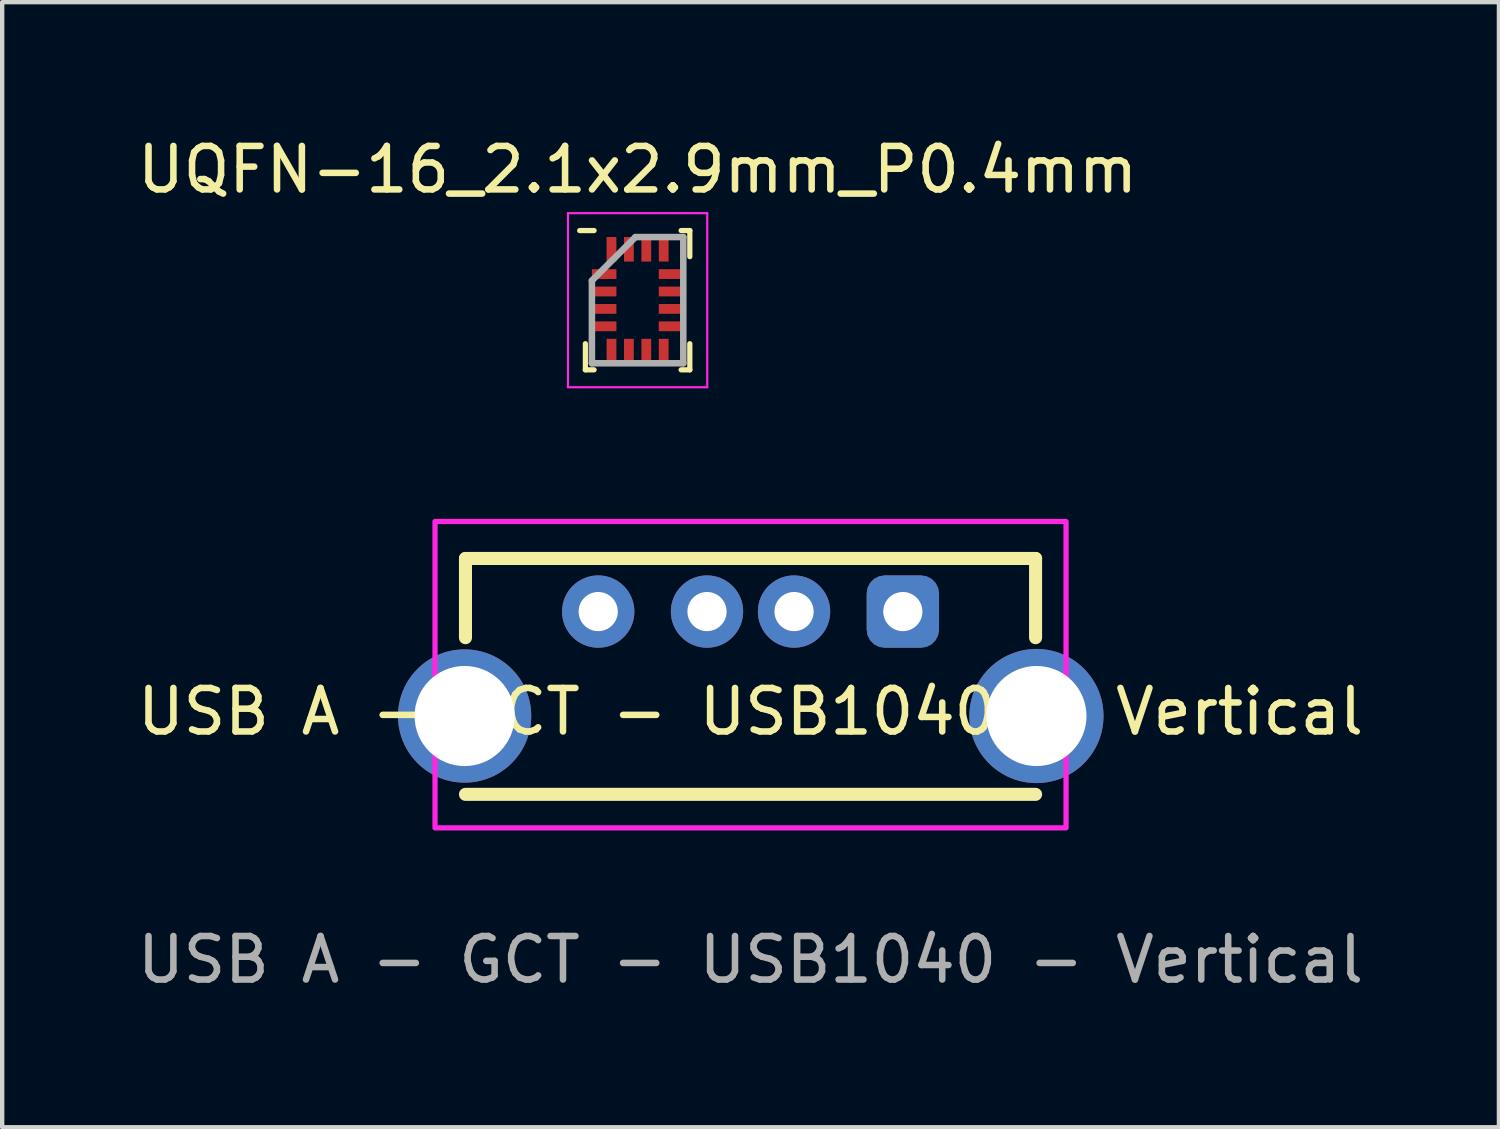
<source format=kicad_pcb>
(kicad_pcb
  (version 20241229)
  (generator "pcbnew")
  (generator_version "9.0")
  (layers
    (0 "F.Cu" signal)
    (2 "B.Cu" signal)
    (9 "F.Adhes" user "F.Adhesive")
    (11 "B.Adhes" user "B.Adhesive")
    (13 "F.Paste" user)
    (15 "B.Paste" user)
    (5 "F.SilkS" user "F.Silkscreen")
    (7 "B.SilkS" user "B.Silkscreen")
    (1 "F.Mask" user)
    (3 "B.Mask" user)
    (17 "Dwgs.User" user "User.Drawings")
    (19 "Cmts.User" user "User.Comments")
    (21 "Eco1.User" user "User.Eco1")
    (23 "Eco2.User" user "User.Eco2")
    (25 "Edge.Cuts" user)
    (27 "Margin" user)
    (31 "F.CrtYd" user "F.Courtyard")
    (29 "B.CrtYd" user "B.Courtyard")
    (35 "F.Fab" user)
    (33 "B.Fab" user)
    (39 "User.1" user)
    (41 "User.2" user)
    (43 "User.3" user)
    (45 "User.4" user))
  (footprint "UQFN-16_2.1x2.9mm_P0.4mm"
    (layer "F.Cu")
    (at 11.601 3.848)
    (property "Reference" "UQFN-16_2.1x2.9mm_P0.4mm" (at 0 -3 0) (layer "F.SilkS") (effects (font (size 1 1) (thickness 0.15))))
    (attr smd)
    (fp_line (start -1.2 1.6) (end -1.2 1) (stroke (width 0.12) (type default)) (layer "F.SilkS"))
    (fp_line (start -1 -1.6) (end -1.331 -1.6) (stroke (width 0.12) (type default)) (layer "F.SilkS"))
    (fp_line (start -1 1.6) (end -1.2 1.6) (stroke (width 0.12) (type default)) (layer "F.SilkS"))
    (fp_line (start 1 -1.6) (end 1.2 -1.6) (stroke (width 0.12) (type default)) (layer "F.SilkS"))
    (fp_line (start 1 1.6) (end 1.2 1.6) (stroke (width 0.12) (type default)) (layer "F.SilkS"))
    (fp_line (start 1.2 -1.6) (end 1.2 -1) (stroke (width 0.12) (type default)) (layer "F.SilkS"))
    (fp_line (start 1.2 1.6) (end 1.2 1) (stroke (width 0.12) (type default)) (layer "F.SilkS"))
    (fp_line (start -1.6 -2) (end 1.6 -2) (stroke (width 0.05) (type default)) (layer "F.CrtYd"))
    (fp_line (start -1.6 2) (end -1.6 -2) (stroke (width 0.05) (type default)) (layer "F.CrtYd"))
    (fp_line (start 1.6 -2) (end 1.6 2) (stroke (width 0.05) (type default)) (layer "F.CrtYd"))
    (fp_line (start 1.6 2) (end -1.6 2) (stroke (width 0.05) (type default)) (layer "F.CrtYd"))
    (fp_line (start -1.05 -0.45) (end -1.05 1.45) (stroke (width 0.15) (type default)) (layer "F.Fab"))
    (fp_line (start -1.05 1.45) (end 1.05 1.45) (stroke (width 0.15) (type default)) (layer "F.Fab"))
    (fp_line (start -0.05 -1.45) (end -1.05 -0.45) (stroke (width 0.15) (type default)) (layer "F.Fab"))
    (fp_line (start 1.05 -1.45) (end -0.05 -1.45) (stroke (width 0.15) (type default)) (layer "F.Fab"))
    (fp_line (start 1.05 1.45) (end 1.05 -1.45) (stroke (width 0.15) (type default)) (layer "F.Fab"))
    (pad "1" smd rect (at -0.768 -0.6 90) (size 0.225 0.563) (layers "F.Cu" "F.Mask" "F.Paste"))
    (pad "2" smd rect (at -0.768 -0.2 90) (size 0.225 0.563) (layers "F.Cu" "F.Mask" "F.Paste"))
    (pad "3" smd rect (at -0.768 0.2 90) (size 0.225 0.563) (layers "F.Cu" "F.Mask" "F.Paste"))
    (pad "4" smd rect (at -0.768 0.6 90) (size 0.225 0.563) (layers "F.Cu" "F.Mask" "F.Paste"))
    (pad "5" smd rect (at -0.6 1.169) (size 0.225 0.563) (layers "F.Cu" "F.Mask" "F.Paste"))
    (pad "6" smd rect (at -0.2 1.169) (size 0.225 0.563) (layers "F.Cu" "F.Mask" "F.Paste"))
    (pad "7" smd rect (at 0.2 1.169) (size 0.225 0.563) (layers "F.Cu" "F.Mask" "F.Paste"))
    (pad "8" smd rect (at 0.6 1.169) (size 0.225 0.563) (layers "F.Cu" "F.Mask" "F.Paste"))
    (pad "9" smd rect (at 0.768 0.6 90) (size 0.225 0.563) (layers "F.Cu" "F.Mask" "F.Paste"))
    (pad "10" smd rect (at 0.768 0.2 90) (size 0.225 0.563) (layers "F.Cu" "F.Mask" "F.Paste"))
    (pad "11" smd rect (at 0.768 -0.2 90) (size 0.225 0.563) (layers "F.Cu" "F.Mask" "F.Paste"))
    (pad "12" smd rect (at 0.768 -0.6 90) (size 0.225 0.563) (layers "F.Cu" "F.Mask" "F.Paste"))
    (pad "13" smd rect (at 0.6 -1.169) (size 0.225 0.563) (layers "F.Cu" "F.Mask" "F.Paste"))
    (pad "14" smd rect (at 0.2 -1.169) (size 0.225 0.563) (layers "F.Cu" "F.Mask" "F.Paste"))
    (pad "15" smd rect (at -0.2 -1.169) (size 0.225 0.563) (layers "F.Cu" "F.Mask" "F.Paste"))
    (pad "16" smd rect (at -0.6 -1.169) (size 0.225 0.563) (layers "F.Cu" "F.Mask" "F.Paste")))
  (footprint "USB A - GCT - USB1040 - Vertical"
    (layer "F.Cu")
    (at 14.196 11.003)
    (property "Reference" "USB A - GCT - USB1040 - Vertical" (at 0 2.3 0) (unlocked yes) (layer "F.SilkS") (effects (font (size 1 1) (thickness 0.15))))
    (attr through_hole)
    (fp_line (start -6.55 -1.22) (end 6.55 -1.22) (stroke (width 0.3) (type default)) (layer "F.SilkS"))
    (fp_line (start -6.55 0.6) (end -6.55 -1.22) (stroke (width 0.3) (type default)) (layer "F.SilkS"))
    (fp_line (start 6.55 -1.22) (end 6.55 0.6) (stroke (width 0.3) (type default)) (layer "F.SilkS"))
    (fp_line (start 6.55 4.2) (end -6.55 4.2) (stroke (width 0.3) (type default)) (layer "F.SilkS"))
    (fp_rect (start -7.25 -2.07) (end 7.25 4.97) (stroke (width 0.12) (type default)) (fill no) (layer "F.CrtYd"))
    (fp_text user "${REFERENCE}" (at 0 8 0) (unlocked yes) (layer "F.Fab") (effects (font (size 1 1) (thickness 0.15))))
    (pad "1" thru_hole circle (at -3.5 0) (size 1.662 1.662) (drill 0.9) (layers "*.Cu" "*.Mask"))
    (pad "2" thru_hole circle (at -1 0) (size 1.662 1.662) (drill 0.9) (layers "*.Cu" "*.Mask"))
    (pad "3" thru_hole circle (at 1 0) (size 1.662 1.662) (drill 0.9) (layers "*.Cu" "*.Mask"))
    (pad "4" thru_hole roundrect (at 3.5 0) (size 1.662 1.662) (drill 0.9) (layers "*.Cu" "*.Mask") (roundrect_rratio 0.25))
    (pad "5" thru_hole circle (at 6.57 2.4) (size 3.082 3.082) (drill 2.3) (layers "*.Cu" "*.Mask"))
    (pad "6" thru_hole circle (at -6.57 2.4) (size 3.062 3.062) (drill 2.3) (layers "*.Cu" "*.Mask")))
  (gr_rect
    (start -3 -3)
    (end 31.393 22.852)
    (stroke (width 0.1) (type default))
    (fill no)
    (layer "Edge.Cuts")))
</source>
